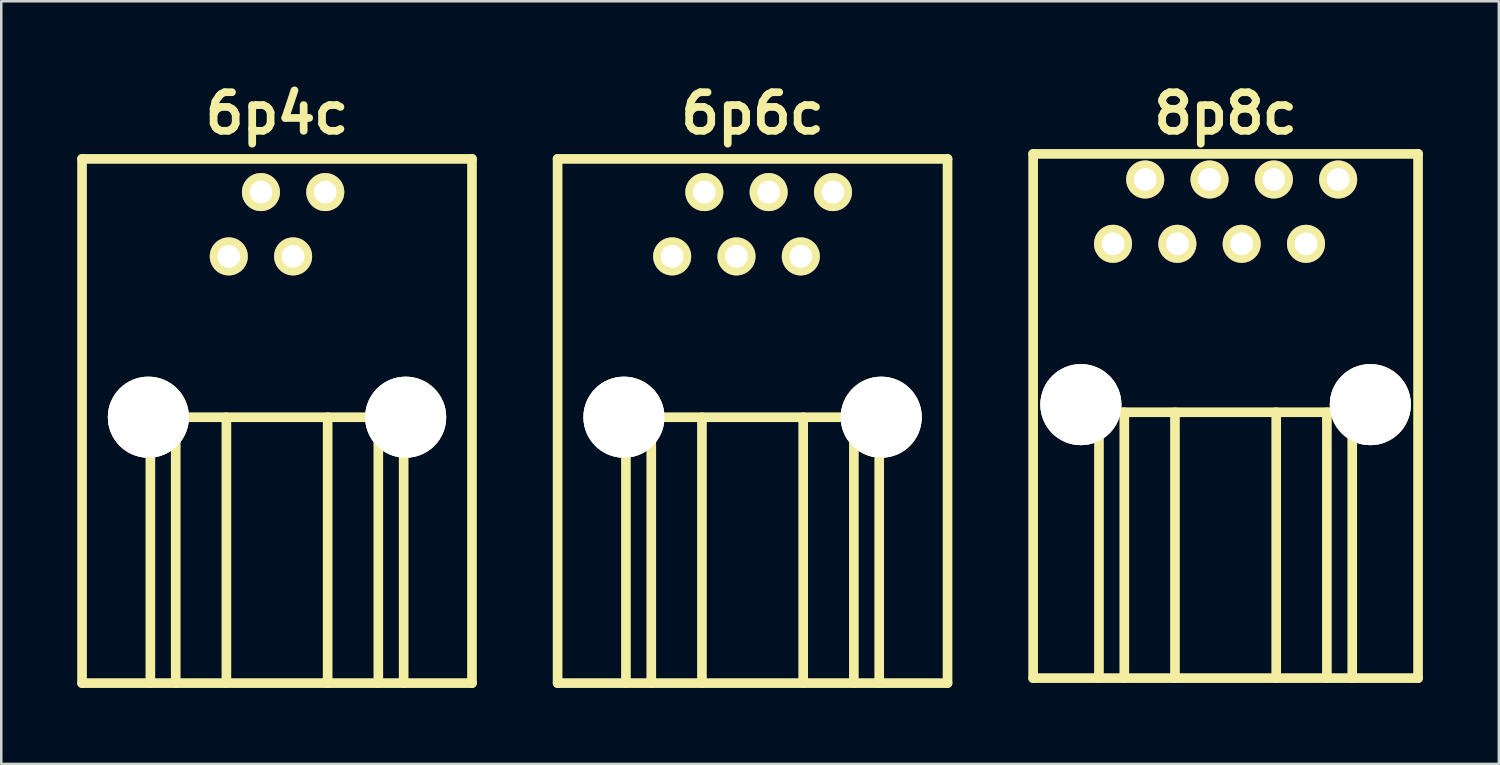
<source format=kicad_pcb>
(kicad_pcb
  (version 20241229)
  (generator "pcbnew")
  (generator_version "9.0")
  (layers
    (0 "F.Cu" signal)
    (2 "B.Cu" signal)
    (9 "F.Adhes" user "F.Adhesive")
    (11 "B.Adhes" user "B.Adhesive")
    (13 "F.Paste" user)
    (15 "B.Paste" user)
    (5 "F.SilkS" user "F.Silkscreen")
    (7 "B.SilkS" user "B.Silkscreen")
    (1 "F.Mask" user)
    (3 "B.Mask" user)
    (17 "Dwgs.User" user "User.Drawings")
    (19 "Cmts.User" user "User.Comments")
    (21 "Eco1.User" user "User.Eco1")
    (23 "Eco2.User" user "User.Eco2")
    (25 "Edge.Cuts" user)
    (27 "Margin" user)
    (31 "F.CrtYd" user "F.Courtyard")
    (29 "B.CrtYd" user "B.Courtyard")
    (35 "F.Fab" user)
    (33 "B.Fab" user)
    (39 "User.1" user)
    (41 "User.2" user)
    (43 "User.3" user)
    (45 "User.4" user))
  (footprint "8p8c"
    (layer "F.Cu")
    (at 45.347 12.928)
    (property "Reference" "8p8c" (at 0 -11.501 0) (layer "F.SilkS") (effects (font (size 1.524 1.524) (thickness 0.305))))
    (attr through_hole)
    (fp_line (start -7.6 -9.901) (end 7.6 -9.901) (stroke (width 0.381) (type solid)) (layer "F.SilkS"))
    (fp_line (start -7.6 10.8) (end -7.6 -9.901) (stroke (width 0.381) (type solid)) (layer "F.SilkS"))
    (fp_line (start -7.6 10.8) (end 7.6 10.8) (stroke (width 0.381) (type solid)) (layer "F.SilkS"))
    (fp_line (start -5.001 0.3) (end -5.001 10.8) (stroke (width 0.381) (type solid)) (layer "F.SilkS"))
    (fp_line (start -5.001 0.3) (end 5.001 0.3) (stroke (width 0.381) (type solid)) (layer "F.SilkS"))
    (fp_line (start -4 10.8) (end -4 0.3) (stroke (width 0.381) (type solid)) (layer "F.SilkS"))
    (fp_line (start -1.999 10.8) (end -1.999 0.3) (stroke (width 0.381) (type solid)) (layer "F.SilkS"))
    (fp_line (start 1.999 10.8) (end 1.999 0.3) (stroke (width 0.381) (type solid)) (layer "F.SilkS"))
    (fp_line (start 4 0.3) (end 4 10.8) (stroke (width 0.381) (type solid)) (layer "F.SilkS"))
    (fp_line (start 5.001 0.3) (end 5.001 10.8) (stroke (width 0.381) (type solid)) (layer "F.SilkS"))
    (fp_line (start 7.6 -9.901) (end 7.6 10.8) (stroke (width 0.381) (type solid)) (layer "F.SilkS"))
    (pad "" thru_hole circle (at -5.715 0) (size 3.2 3.2) (drill 3.2) (layers "*.Cu" "*.Mask" "F.SilkS"))
    (pad "" thru_hole circle (at 5.715 0) (size 3.2 3.2) (drill 3.2) (layers "*.Cu" "*.Mask" "F.SilkS"))
    (pad "1" thru_hole circle (at 4.445 -8.89) (size 1.501 1.501) (drill 0.899) (layers "*.Cu" "*.Mask" "F.SilkS"))
    (pad "2" thru_hole circle (at 3.175 -6.35) (size 1.501 1.501) (drill 0.899) (layers "*.Cu" "*.Mask" "F.SilkS"))
    (pad "3" thru_hole circle (at 1.905 -8.89) (size 1.501 1.501) (drill 0.899) (layers "*.Cu" "*.Mask" "F.SilkS"))
    (pad "4" thru_hole circle (at 0.635 -6.35) (size 1.501 1.501) (drill 0.899) (layers "*.Cu" "*.Mask" "F.SilkS"))
    (pad "5" thru_hole circle (at -0.635 -8.89) (size 1.501 1.501) (drill 0.899) (layers "*.Cu" "*.Mask" "F.SilkS"))
    (pad "6" thru_hole circle (at -1.905 -6.35) (size 1.501 1.501) (drill 0.899) (layers "*.Cu" "*.Mask" "F.SilkS"))
    (pad "7" thru_hole circle (at -3.175 -8.89) (size 1.501 1.501) (drill 0.899) (layers "*.Cu" "*.Mask" "F.SilkS"))
    (pad "8" thru_hole circle (at -4.445 -6.35) (size 1.501 1.501) (drill 0.899) (layers "*.Cu" "*.Mask" "F.SilkS")))
  (footprint "6p4c"
    (layer "F.Cu")
    (at 7.889 13.425)
    (property "Reference" "6p4c" (at 0 -11.999 0) (layer "F.SilkS") (effects (font (size 1.524 1.524) (thickness 0.305))))
    (attr through_hole)
    (fp_line (start -7.699 -10.201) (end 7.699 -10.201) (stroke (width 0.381) (type solid)) (layer "F.SilkS"))
    (fp_line (start -7.699 10.5) (end -7.699 -10.201) (stroke (width 0.381) (type solid)) (layer "F.SilkS"))
    (fp_line (start -5.001 0) (end -5.001 10.5) (stroke (width 0.381) (type solid)) (layer "F.SilkS"))
    (fp_line (start -5.001 0) (end 5.001 0) (stroke (width 0.381) (type solid)) (layer "F.SilkS"))
    (fp_line (start -4 10.5) (end -4 0) (stroke (width 0.381) (type solid)) (layer "F.SilkS"))
    (fp_line (start -1.999 10.5) (end -1.999 0) (stroke (width 0.381) (type solid)) (layer "F.SilkS"))
    (fp_line (start 1.999 10.5) (end 1.999 0) (stroke (width 0.381) (type solid)) (layer "F.SilkS"))
    (fp_line (start 4 0) (end 4 10.5) (stroke (width 0.381) (type solid)) (layer "F.SilkS"))
    (fp_line (start 5.001 0) (end 5.001 10.5) (stroke (width 0.381) (type solid)) (layer "F.SilkS"))
    (fp_line (start 7.699 -10.201) (end 7.699 10.5) (stroke (width 0.381) (type solid)) (layer "F.SilkS"))
    (fp_line (start 7.699 10.5) (end -7.699 10.5) (stroke (width 0.381) (type solid)) (layer "F.SilkS"))
    (pad "" thru_hole circle (at -5.08 0) (size 3.2 3.2) (drill 3.2) (layers "*.Cu" "*.Mask" "F.SilkS"))
    (pad "" thru_hole circle (at 5.08 0) (size 3.2 3.2) (drill 3.2) (layers "*.Cu" "*.Mask" "F.SilkS"))
    (pad "1" thru_hole circle (at 1.905 -8.89) (size 1.501 1.501) (drill 0.899) (layers "*.Cu" "*.Mask" "F.SilkS"))
    (pad "2" thru_hole circle (at 0.635 -6.35) (size 1.501 1.501) (drill 0.899) (layers "*.Cu" "*.Mask" "F.SilkS"))
    (pad "3" thru_hole circle (at -0.635 -8.89) (size 1.501 1.501) (drill 0.899) (layers "*.Cu" "*.Mask" "F.SilkS"))
    (pad "4" thru_hole circle (at -1.905 -6.35) (size 1.501 1.501) (drill 0.899) (layers "*.Cu" "*.Mask" "F.SilkS")))
  (footprint "6p6c"
    (layer "F.Cu")
    (at 26.668 13.425)
    (property "Reference" "6p6c" (at 0 -11.999 0) (layer "F.SilkS") (effects (font (size 1.524 1.524) (thickness 0.305))))
    (attr through_hole)
    (fp_line (start -7.699 -10.201) (end 7.699 -10.201) (stroke (width 0.381) (type solid)) (layer "F.SilkS"))
    (fp_line (start -7.699 10.5) (end -7.699 -10.201) (stroke (width 0.381) (type solid)) (layer "F.SilkS"))
    (fp_line (start -5.001 0) (end -5.001 10.5) (stroke (width 0.381) (type solid)) (layer "F.SilkS"))
    (fp_line (start -5.001 0) (end 5.001 0) (stroke (width 0.381) (type solid)) (layer "F.SilkS"))
    (fp_line (start -4 10.5) (end -4 0) (stroke (width 0.381) (type solid)) (layer "F.SilkS"))
    (fp_line (start -1.999 10.5) (end -1.999 0) (stroke (width 0.381) (type solid)) (layer "F.SilkS"))
    (fp_line (start 1.999 10.5) (end 1.999 0) (stroke (width 0.381) (type solid)) (layer "F.SilkS"))
    (fp_line (start 4 0) (end 4 10.5) (stroke (width 0.381) (type solid)) (layer "F.SilkS"))
    (fp_line (start 5.001 0) (end 5.001 10.5) (stroke (width 0.381) (type solid)) (layer "F.SilkS"))
    (fp_line (start 7.699 -10.201) (end 7.699 10.5) (stroke (width 0.381) (type solid)) (layer "F.SilkS"))
    (fp_line (start 7.699 10.5) (end -7.699 10.5) (stroke (width 0.381) (type solid)) (layer "F.SilkS"))
    (pad "" thru_hole circle (at -5.08 0) (size 3.2 3.2) (drill 3.2) (layers "*.Cu" "*.Mask" "F.SilkS"))
    (pad "" thru_hole circle (at 5.08 0) (size 3.2 3.2) (drill 3.2) (layers "*.Cu" "*.Mask" "F.SilkS"))
    (pad "1" thru_hole circle (at 3.175 -8.89) (size 1.501 1.501) (drill 0.899) (layers "*.Cu" "*.Mask" "F.SilkS"))
    (pad "2" thru_hole circle (at 1.905 -6.35) (size 1.501 1.501) (drill 0.899) (layers "*.Cu" "*.Mask" "F.SilkS"))
    (pad "3" thru_hole circle (at 0.635 -8.89) (size 1.501 1.501) (drill 0.899) (layers "*.Cu" "*.Mask" "F.SilkS"))
    (pad "4" thru_hole circle (at -0.635 -6.35) (size 1.501 1.501) (drill 0.899) (layers "*.Cu" "*.Mask" "F.SilkS"))
    (pad "5" thru_hole circle (at -1.905 -8.89) (size 1.501 1.501) (drill 0.899) (layers "*.Cu" "*.Mask" "F.SilkS"))
    (pad "6" thru_hole circle (at -3.175 -6.35) (size 1.501 1.501) (drill 0.899) (layers "*.Cu" "*.Mask" "F.SilkS")))
  (gr_rect
    (start -3 -3)
    (end 56.137 27.116)
    (stroke (width 0.1) (type default))
    (fill no)
    (layer "Edge.Cuts")))
</source>
